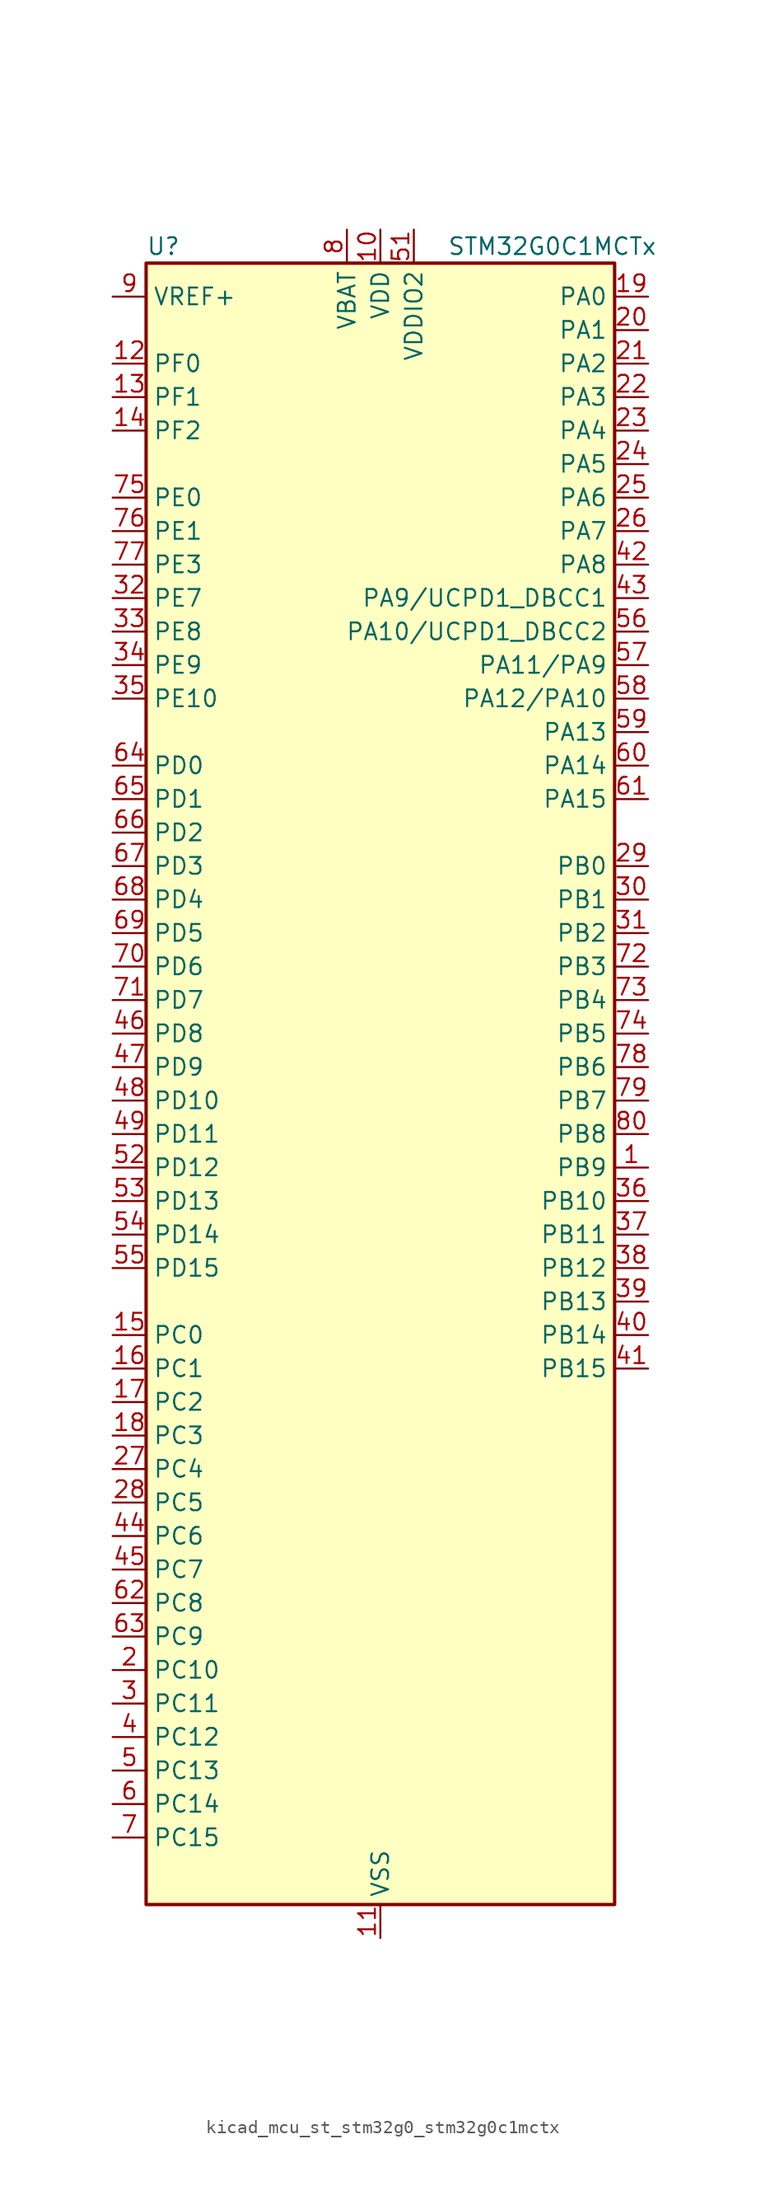
<source format=kicad_sym>
(kicad_symbol_lib
  (version 20220914)
  (generator kicad_symbol_editor)
  (symbol "kicad_mcu_st_stm32g0_stm32g0c1mctx"
    (property "Reference" "U"
      (at -17.78 64.77 0)
      (effects (font (size 1.27 1.27)) (justify left)))
    (property "Value" "STM32G0C1MCTx"
      (at 5.08 64.77 0)
      (effects (font (size 1.27 1.27)) (justify left)))
    (property "ki_locked" ""
      (at 0 0 0)
      (effects (font (size 1.27 1.27))))
    (symbol "kicad_mcu_st_stm32g0_stm32g0c1mctx_0_1"
      (rectangle (start -17.78 -60.96) (end 17.78 63.5) (stroke (width 0.254) (type default)) (fill (type background))))
    (symbol "kicad_mcu_st_stm32g0_stm32g0c1mctx_1_1"
      (pin bidirectional line (at 20.32 -5.08 180) (length 2.54) (name "PB9" (effects (font (size 1.27 1.27)))) (number "1" (effects (font (size 1.27 1.27)))) (alternate "DAC1_EXTI9" bidirectional line) (alternate "FDCAN1_TX" bidirectional line) (alternate "I2C1_SDA" bidirectional line) (alternate "I2S2_WS" bidirectional line) (alternate "IR_OUT" bidirectional line) (alternate "SPI2_NSS" bidirectional line) (alternate "TIM17_CH1" bidirectional line) (alternate "TIM4_CH4" bidirectional line) (alternate "UCPD2_FRSTX1" bidirectional line) (alternate "UCPD2_FRSTX2" bidirectional line) (alternate "USART3_RX" bidirectional line) (alternate "USART6_RX" bidirectional line))
      (pin power_in line (at 0 66.04 270) (length 2.54) (name "VDD" (effects (font (size 1.27 1.27)))) (number "10" (effects (font (size 1.27 1.27)))))
      (pin power_in line (at 0 -63.5 90) (length 2.54) (name "VSS" (effects (font (size 1.27 1.27)))) (number "11" (effects (font (size 1.27 1.27)))))
      (pin bidirectional line (at -20.32 55.88 0) (length 2.54) (name "PF0" (effects (font (size 1.27 1.27)))) (number "12" (effects (font (size 1.27 1.27)))) (alternate "CRS1_SYNC" bidirectional line) (alternate "RCC_OSC_IN" bidirectional line) (alternate "TIM14_CH1" bidirectional line))
      (pin bidirectional line (at -20.32 53.34 0) (length 2.54) (name "PF1" (effects (font (size 1.27 1.27)))) (number "13" (effects (font (size 1.27 1.27)))) (alternate "RCC_OSC_EN" bidirectional line) (alternate "RCC_OSC_OUT" bidirectional line) (alternate "TIM15_CH1N" bidirectional line))
      (pin bidirectional line (at -20.32 50.8 0) (length 2.54) (name "PF2" (effects (font (size 1.27 1.27)))) (number "14" (effects (font (size 1.27 1.27)))) (alternate "LPUART2_DE" bidirectional line) (alternate "LPUART2_RTS" bidirectional line) (alternate "LPUART2_TX" bidirectional line) (alternate "RCC_MCO" bidirectional line))
      (pin bidirectional line (at -20.32 -17.78 0) (length 2.54) (name "PC0" (effects (font (size 1.27 1.27)))) (number "15" (effects (font (size 1.27 1.27)))) (alternate "COMP3_INM" bidirectional line) (alternate "COMP3_OUT" bidirectional line) (alternate "I2C3_SCL" bidirectional line) (alternate "LPTIM1_IN1" bidirectional line) (alternate "LPTIM2_IN1" bidirectional line) (alternate "LPUART1_RX" bidirectional line) (alternate "LPUART2_TX" bidirectional line) (alternate "USART6_TX" bidirectional line))
      (pin bidirectional line (at -20.32 -20.32 0) (length 2.54) (name "PC1" (effects (font (size 1.27 1.27)))) (number "16" (effects (font (size 1.27 1.27)))) (alternate "COMP3_INP" bidirectional line) (alternate "I2C3_SDA" bidirectional line) (alternate "LPTIM1_OUT" bidirectional line) (alternate "LPUART1_TX" bidirectional line) (alternate "LPUART2_RX" bidirectional line) (alternate "TIM15_CH1" bidirectional line) (alternate "USART6_RX" bidirectional line))
      (pin bidirectional line (at -20.32 -22.86 0) (length 2.54) (name "PC2" (effects (font (size 1.27 1.27)))) (number "17" (effects (font (size 1.27 1.27)))) (alternate "COMP3_OUT" bidirectional line) (alternate "FDCAN2_RX" bidirectional line) (alternate "I2S2_MCK" bidirectional line) (alternate "LPTIM1_IN2" bidirectional line) (alternate "SPI2_MISO" bidirectional line) (alternate "TIM15_CH2" bidirectional line))
      (pin bidirectional line (at -20.32 -25.4 0) (length 2.54) (name "PC3" (effects (font (size 1.27 1.27)))) (number "18" (effects (font (size 1.27 1.27)))) (alternate "FDCAN2_TX" bidirectional line) (alternate "I2S2_SD" bidirectional line) (alternate "LPTIM1_ETR" bidirectional line) (alternate "LPTIM2_ETR" bidirectional line) (alternate "SPI2_MOSI" bidirectional line))
      (pin bidirectional line (at 20.32 60.96 180) (length 2.54) (name "PA0" (effects (font (size 1.27 1.27)))) (number "19" (effects (font (size 1.27 1.27)))) (alternate "ADC1_IN0" bidirectional line) (alternate "COMP1_INM" bidirectional line) (alternate "COMP1_OUT" bidirectional line) (alternate "I2S2_CK" bidirectional line) (alternate "LPTIM1_OUT" bidirectional line) (alternate "RTC_TAMP_IN2" bidirectional line) (alternate "SPI2_SCK" bidirectional line) (alternate "SYS_WKUP1" bidirectional line) (alternate "TIM2_CH1" bidirectional line) (alternate "TIM2_ETR" bidirectional line) (alternate "UCPD2_FRSTX1" bidirectional line) (alternate "UCPD2_FRSTX2" bidirectional line) (alternate "USART2_CTS" bidirectional line) (alternate "USART2_NSS" bidirectional line) (alternate "USART4_TX" bidirectional line))
      (pin bidirectional line (at -20.32 -43.18 0) (length 2.54) (name "PC10" (effects (font (size 1.27 1.27)))) (number "2" (effects (font (size 1.27 1.27)))) (alternate "SPI3_SCK" bidirectional line) (alternate "TIM1_CH3" bidirectional line) (alternate "USART3_TX" bidirectional line) (alternate "USART4_TX" bidirectional line))
      (pin bidirectional line (at 20.32 58.42 180) (length 2.54) (name "PA1" (effects (font (size 1.27 1.27)))) (number "20" (effects (font (size 1.27 1.27)))) (alternate "ADC1_IN1" bidirectional line) (alternate "COMP1_INP" bidirectional line) (alternate "I2C1_SMBA" bidirectional line) (alternate "I2S1_CK" bidirectional line) (alternate "SPI1_SCK" bidirectional line) (alternate "TIM15_CH1N" bidirectional line) (alternate "TIM2_CH2" bidirectional line) (alternate "USART2_CK" bidirectional line) (alternate "USART2_DE" bidirectional line) (alternate "USART2_RTS" bidirectional line) (alternate "USART4_RX" bidirectional line))
      (pin bidirectional line (at 20.32 55.88 180) (length 2.54) (name "PA2" (effects (font (size 1.27 1.27)))) (number "21" (effects (font (size 1.27 1.27)))) (alternate "ADC1_IN2" bidirectional line) (alternate "COMP2_INM" bidirectional line) (alternate "COMP2_OUT" bidirectional line) (alternate "I2S1_SD" bidirectional line) (alternate "LPUART1_TX" bidirectional line) (alternate "RCC_LSCO" bidirectional line) (alternate "SPI1_MOSI" bidirectional line) (alternate "SYS_WKUP4" bidirectional line) (alternate "TIM15_CH1" bidirectional line) (alternate "TIM2_CH3" bidirectional line) (alternate "UCPD1_FRSTX1" bidirectional line) (alternate "UCPD1_FRSTX2" bidirectional line) (alternate "USART2_TX" bidirectional line))
      (pin bidirectional line (at 20.32 53.34 180) (length 2.54) (name "PA3" (effects (font (size 1.27 1.27)))) (number "22" (effects (font (size 1.27 1.27)))) (alternate "ADC1_IN3" bidirectional line) (alternate "COMP2_INP" bidirectional line) (alternate "I2S2_MCK" bidirectional line) (alternate "LPUART1_RX" bidirectional line) (alternate "SPI2_MISO" bidirectional line) (alternate "TIM15_CH2" bidirectional line) (alternate "TIM2_CH4" bidirectional line) (alternate "UCPD2_FRSTX1" bidirectional line) (alternate "UCPD2_FRSTX2" bidirectional line) (alternate "USART2_RX" bidirectional line))
      (pin bidirectional line (at 20.32 50.8 180) (length 2.54) (name "PA4" (effects (font (size 1.27 1.27)))) (number "23" (effects (font (size 1.27 1.27)))) (alternate "ADC1_IN4" bidirectional line) (alternate "DAC1_OUT1" bidirectional line) (alternate "I2S1_WS" bidirectional line) (alternate "I2S2_SD" bidirectional line) (alternate "LPTIM2_OUT" bidirectional line) (alternate "RTC_OUT2" bidirectional line) (alternate "SPI1_NSS" bidirectional line) (alternate "SPI2_MOSI" bidirectional line) (alternate "SPI3_NSS" bidirectional line) (alternate "TIM14_CH1" bidirectional line) (alternate "UCPD2_FRSTX1" bidirectional line) (alternate "UCPD2_FRSTX2" bidirectional line) (alternate "USART6_TX" bidirectional line) (alternate "USB_NOE" bidirectional line))
      (pin bidirectional line (at 20.32 48.26 180) (length 2.54) (name "PA5" (effects (font (size 1.27 1.27)))) (number "24" (effects (font (size 1.27 1.27)))) (alternate "ADC1_IN5" bidirectional line) (alternate "CEC" bidirectional line) (alternate "DAC1_OUT2" bidirectional line) (alternate "I2S1_CK" bidirectional line) (alternate "LPTIM2_ETR" bidirectional line) (alternate "SPI1_SCK" bidirectional line) (alternate "TIM2_CH1" bidirectional line) (alternate "TIM2_ETR" bidirectional line) (alternate "UCPD1_FRSTX1" bidirectional line) (alternate "UCPD1_FRSTX2" bidirectional line) (alternate "USART3_TX" bidirectional line) (alternate "USART6_RX" bidirectional line))
      (pin bidirectional line (at 20.32 45.72 180) (length 2.54) (name "PA6" (effects (font (size 1.27 1.27)))) (number "25" (effects (font (size 1.27 1.27)))) (alternate "ADC1_IN6" bidirectional line) (alternate "COMP1_OUT" bidirectional line) (alternate "I2C2_SDA" bidirectional line) (alternate "I2C3_SDA" bidirectional line) (alternate "I2S1_MCK" bidirectional line) (alternate "LPUART1_CTS" bidirectional line) (alternate "SPI1_MISO" bidirectional line) (alternate "TIM16_CH1" bidirectional line) (alternate "TIM1_BK" bidirectional line) (alternate "TIM3_CH1" bidirectional line) (alternate "USART3_CTS" bidirectional line) (alternate "USART3_NSS" bidirectional line) (alternate "USART6_CTS" bidirectional line) (alternate "USART6_NSS" bidirectional line))
      (pin bidirectional line (at 20.32 43.18 180) (length 2.54) (name "PA7" (effects (font (size 1.27 1.27)))) (number "26" (effects (font (size 1.27 1.27)))) (alternate "ADC1_IN7" bidirectional line) (alternate "COMP2_OUT" bidirectional line) (alternate "I2C2_SCL" bidirectional line) (alternate "I2C3_SCL" bidirectional line) (alternate "I2S1_SD" bidirectional line) (alternate "SPI1_MOSI" bidirectional line) (alternate "TIM14_CH1" bidirectional line) (alternate "TIM17_CH1" bidirectional line) (alternate "TIM1_CH1N" bidirectional line) (alternate "TIM3_CH2" bidirectional line) (alternate "UCPD1_FRSTX1" bidirectional line) (alternate "UCPD1_FRSTX2" bidirectional line) (alternate "USART6_CK" bidirectional line) (alternate "USART6_DE" bidirectional line) (alternate "USART6_RTS" bidirectional line))
      (pin bidirectional line (at -20.32 -27.94 0) (length 2.54) (name "PC4" (effects (font (size 1.27 1.27)))) (number "27" (effects (font (size 1.27 1.27)))) (alternate "ADC1_IN17" bidirectional line) (alternate "COMP1_INM" bidirectional line) (alternate "FDCAN1_RX" bidirectional line) (alternate "TIM2_CH1" bidirectional line) (alternate "TIM2_ETR" bidirectional line) (alternate "USART1_TX" bidirectional line) (alternate "USART3_TX" bidirectional line))
      (pin bidirectional line (at -20.32 -30.48 0) (length 2.54) (name "PC5" (effects (font (size 1.27 1.27)))) (number "28" (effects (font (size 1.27 1.27)))) (alternate "ADC1_IN18" bidirectional line) (alternate "COMP1_INP" bidirectional line) (alternate "FDCAN1_TX" bidirectional line) (alternate "SYS_WKUP5" bidirectional line) (alternate "TIM2_CH2" bidirectional line) (alternate "USART1_RX" bidirectional line) (alternate "USART3_RX" bidirectional line))
      (pin bidirectional line (at 20.32 17.78 180) (length 2.54) (name "PB0" (effects (font (size 1.27 1.27)))) (number "29" (effects (font (size 1.27 1.27)))) (alternate "ADC1_IN8" bidirectional line) (alternate "COMP1_OUT" bidirectional line) (alternate "COMP3_INP" bidirectional line) (alternate "FDCAN2_RX" bidirectional line) (alternate "I2S1_WS" bidirectional line) (alternate "LPTIM1_OUT" bidirectional line) (alternate "LPUART2_CTS" bidirectional line) (alternate "SPI1_NSS" bidirectional line) (alternate "TIM1_CH2N" bidirectional line) (alternate "TIM3_CH3" bidirectional line) (alternate "UCPD1_FRSTX1" bidirectional line) (alternate "UCPD1_FRSTX2" bidirectional line) (alternate "USART3_RX" bidirectional line) (alternate "USART5_TX" bidirectional line))
      (pin bidirectional line (at -20.32 -45.72 0) (length 2.54) (name "PC11" (effects (font (size 1.27 1.27)))) (number "3" (effects (font (size 1.27 1.27)))) (alternate "ADC1_EXTI11" bidirectional line) (alternate "SPI3_MISO" bidirectional line) (alternate "TIM1_CH4" bidirectional line) (alternate "USART3_RX" bidirectional line) (alternate "USART4_RX" bidirectional line))
      (pin bidirectional line (at 20.32 15.24 180) (length 2.54) (name "PB1" (effects (font (size 1.27 1.27)))) (number "30" (effects (font (size 1.27 1.27)))) (alternate "ADC1_IN9" bidirectional line) (alternate "COMP1_INM" bidirectional line) (alternate "COMP3_OUT" bidirectional line) (alternate "FDCAN2_TX" bidirectional line) (alternate "LPTIM2_IN1" bidirectional line) (alternate "LPUART1_DE" bidirectional line) (alternate "LPUART1_RTS" bidirectional line) (alternate "LPUART2_DE" bidirectional line) (alternate "LPUART2_RTS" bidirectional line) (alternate "TIM14_CH1" bidirectional line) (alternate "TIM1_CH3N" bidirectional line) (alternate "TIM3_CH4" bidirectional line) (alternate "USART3_CK" bidirectional line) (alternate "USART3_DE" bidirectional line) (alternate "USART3_RTS" bidirectional line) (alternate "USART5_RX" bidirectional line))
      (pin bidirectional line (at 20.32 12.7 180) (length 2.54) (name "PB2" (effects (font (size 1.27 1.27)))) (number "31" (effects (font (size 1.27 1.27)))) (alternate "ADC1_IN10" bidirectional line) (alternate "COMP1_INP" bidirectional line) (alternate "COMP3_INM" bidirectional line) (alternate "I2S2_MCK" bidirectional line) (alternate "LPTIM1_OUT" bidirectional line) (alternate "RCC_MCO_2" bidirectional line) (alternate "SPI2_MISO" bidirectional line) (alternate "USART3_TX" bidirectional line))
      (pin bidirectional line (at -20.32 38.1 0) (length 2.54) (name "PE7" (effects (font (size 1.27 1.27)))) (number "32" (effects (font (size 1.27 1.27)))) (alternate "COMP3_INP" bidirectional line) (alternate "TIM1_ETR" bidirectional line) (alternate "USART5_CK" bidirectional line) (alternate "USART5_DE" bidirectional line) (alternate "USART5_RTS" bidirectional line))
      (pin bidirectional line (at -20.32 35.56 0) (length 2.54) (name "PE8" (effects (font (size 1.27 1.27)))) (number "33" (effects (font (size 1.27 1.27)))) (alternate "COMP3_INM" bidirectional line) (alternate "TIM1_CH1N" bidirectional line) (alternate "USART4_TX" bidirectional line))
      (pin bidirectional line (at -20.32 33.02 0) (length 2.54) (name "PE9" (effects (font (size 1.27 1.27)))) (number "34" (effects (font (size 1.27 1.27)))) (alternate "DAC1_EXTI9" bidirectional line) (alternate "TIM1_CH1" bidirectional line) (alternate "USART4_RX" bidirectional line))
      (pin bidirectional line (at -20.32 30.48 0) (length 2.54) (name "PE10" (effects (font (size 1.27 1.27)))) (number "35" (effects (font (size 1.27 1.27)))) (alternate "TIM1_CH2N" bidirectional line) (alternate "USART5_TX" bidirectional line))
      (pin bidirectional line (at 20.32 -7.62 180) (length 2.54) (name "PB10" (effects (font (size 1.27 1.27)))) (number "36" (effects (font (size 1.27 1.27)))) (alternate "ADC1_IN11" bidirectional line) (alternate "CEC" bidirectional line) (alternate "COMP1_OUT" bidirectional line) (alternate "I2C2_SCL" bidirectional line) (alternate "I2S2_CK" bidirectional line) (alternate "LPUART1_RX" bidirectional line) (alternate "SPI2_SCK" bidirectional line) (alternate "TIM2_CH3" bidirectional line) (alternate "USART3_TX" bidirectional line))
      (pin bidirectional line (at 20.32 -10.16 180) (length 2.54) (name "PB11" (effects (font (size 1.27 1.27)))) (number "37" (effects (font (size 1.27 1.27)))) (alternate "ADC1_EXTI11" bidirectional line) (alternate "ADC1_IN15" bidirectional line) (alternate "COMP2_OUT" bidirectional line) (alternate "I2C2_SDA" bidirectional line) (alternate "I2S2_SD" bidirectional line) (alternate "LPUART1_TX" bidirectional line) (alternate "SPI2_MOSI" bidirectional line) (alternate "TIM2_CH4" bidirectional line) (alternate "USART3_RX" bidirectional line))
      (pin bidirectional line (at 20.32 -12.7 180) (length 2.54) (name "PB12" (effects (font (size 1.27 1.27)))) (number "38" (effects (font (size 1.27 1.27)))) (alternate "ADC1_IN16" bidirectional line) (alternate "FDCAN2_RX" bidirectional line) (alternate "I2C2_SMBA" bidirectional line) (alternate "I2S2_WS" bidirectional line) (alternate "LPUART1_DE" bidirectional line) (alternate "LPUART1_RTS" bidirectional line) (alternate "SPI2_NSS" bidirectional line) (alternate "TIM15_BK" bidirectional line) (alternate "TIM1_BK" bidirectional line) (alternate "UCPD2_FRSTX1" bidirectional line) (alternate "UCPD2_FRSTX2" bidirectional line))
      (pin bidirectional line (at 20.32 -15.24 180) (length 2.54) (name "PB13" (effects (font (size 1.27 1.27)))) (number "39" (effects (font (size 1.27 1.27)))) (alternate "FDCAN2_TX" bidirectional line) (alternate "I2C2_SCL" bidirectional line) (alternate "I2S2_CK" bidirectional line) (alternate "LPUART1_CTS" bidirectional line) (alternate "SPI2_SCK" bidirectional line) (alternate "TIM15_CH1N" bidirectional line) (alternate "TIM1_CH1N" bidirectional line) (alternate "USART3_CTS" bidirectional line) (alternate "USART3_NSS" bidirectional line))
      (pin bidirectional line (at -20.32 -48.26 0) (length 2.54) (name "PC12" (effects (font (size 1.27 1.27)))) (number "4" (effects (font (size 1.27 1.27)))) (alternate "LPTIM1_IN1" bidirectional line) (alternate "SPI3_MOSI" bidirectional line) (alternate "TIM14_CH1" bidirectional line) (alternate "UCPD1_FRSTX1" bidirectional line) (alternate "UCPD1_FRSTX2" bidirectional line) (alternate "USART5_TX" bidirectional line))
      (pin bidirectional line (at 20.32 -17.78 180) (length 2.54) (name "PB14" (effects (font (size 1.27 1.27)))) (number "40" (effects (font (size 1.27 1.27)))) (alternate "I2C2_SDA" bidirectional line) (alternate "I2S2_MCK" bidirectional line) (alternate "SPI2_MISO" bidirectional line) (alternate "TIM15_CH1" bidirectional line) (alternate "TIM1_CH2N" bidirectional line) (alternate "UCPD1_FRSTX1" bidirectional line) (alternate "UCPD1_FRSTX2" bidirectional line) (alternate "USART3_CK" bidirectional line) (alternate "USART3_DE" bidirectional line) (alternate "USART3_RTS" bidirectional line) (alternate "USART6_CK" bidirectional line) (alternate "USART6_DE" bidirectional line) (alternate "USART6_RTS" bidirectional line))
      (pin bidirectional line (at 20.32 -20.32 180) (length 2.54) (name "PB15" (effects (font (size 1.27 1.27)))) (number "41" (effects (font (size 1.27 1.27)))) (alternate "I2S2_SD" bidirectional line) (alternate "RTC_REFIN" bidirectional line) (alternate "SPI2_MOSI" bidirectional line) (alternate "TIM15_CH1N" bidirectional line) (alternate "TIM15_CH2" bidirectional line) (alternate "TIM1_CH3N" bidirectional line) (alternate "UCPD1_CC2" bidirectional line) (alternate "USART6_CTS" bidirectional line) (alternate "USART6_NSS" bidirectional line))
      (pin bidirectional line (at 20.32 40.64 180) (length 2.54) (name "PA8" (effects (font (size 1.27 1.27)))) (number "42" (effects (font (size 1.27 1.27)))) (alternate "CRS1_SYNC" bidirectional line) (alternate "I2C2_SMBA" bidirectional line) (alternate "I2S2_WS" bidirectional line) (alternate "LPTIM2_OUT" bidirectional line) (alternate "RCC_MCO" bidirectional line) (alternate "SPI2_NSS" bidirectional line) (alternate "TIM1_CH1" bidirectional line) (alternate "UCPD1_CC1" bidirectional line))
      (pin bidirectional line (at 20.32 38.1 180) (length 2.54) (name "PA9/UCPD1_DBCC1" (effects (font (size 1.27 1.27)))) (number "43" (effects (font (size 1.27 1.27)))) (alternate "DAC1_EXTI9" bidirectional line) (alternate "I2C1_SCL" bidirectional line) (alternate "I2C2_SCL" bidirectional line) (alternate "I2S2_MCK" bidirectional line) (alternate "RCC_MCO" bidirectional line) (alternate "SPI2_MISO" bidirectional line) (alternate "TIM15_BK" bidirectional line) (alternate "TIM1_CH2" bidirectional line) (alternate "UCPD1_DBCC1" bidirectional line) (alternate "USART1_TX" bidirectional line))
      (pin bidirectional line (at -20.32 -33.02 0) (length 2.54) (name "PC6" (effects (font (size 1.27 1.27)))) (number "44" (effects (font (size 1.27 1.27)))) (alternate "LPUART2_TX" bidirectional line) (alternate "TIM2_CH3" bidirectional line) (alternate "TIM3_CH1" bidirectional line) (alternate "UCPD1_FRSTX1" bidirectional line) (alternate "UCPD1_FRSTX2" bidirectional line))
      (pin bidirectional line (at -20.32 -35.56 0) (length 2.54) (name "PC7" (effects (font (size 1.27 1.27)))) (number "45" (effects (font (size 1.27 1.27)))) (alternate "LPUART2_RX" bidirectional line) (alternate "TIM2_CH4" bidirectional line) (alternate "TIM3_CH2" bidirectional line) (alternate "UCPD2_FRSTX1" bidirectional line) (alternate "UCPD2_FRSTX2" bidirectional line))
      (pin bidirectional line (at -20.32 5.08 0) (length 2.54) (name "PD8" (effects (font (size 1.27 1.27)))) (number "46" (effects (font (size 1.27 1.27)))) (alternate "I2S1_CK" bidirectional line) (alternate "LPTIM1_OUT" bidirectional line) (alternate "SPI1_SCK" bidirectional line) (alternate "USART3_TX" bidirectional line))
      (pin bidirectional line (at -20.32 2.54 0) (length 2.54) (name "PD9" (effects (font (size 1.27 1.27)))) (number "47" (effects (font (size 1.27 1.27)))) (alternate "DAC1_EXTI9" bidirectional line) (alternate "I2S1_WS" bidirectional line) (alternate "SPI1_NSS" bidirectional line) (alternate "TIM1_BK2" bidirectional line) (alternate "USART3_RX" bidirectional line))
      (pin bidirectional line (at -20.32 0 0) (length 2.54) (name "PD10" (effects (font (size 1.27 1.27)))) (number "48" (effects (font (size 1.27 1.27)))) (alternate "RCC_MCO" bidirectional line))
      (pin bidirectional line (at -20.32 -2.54 0) (length 2.54) (name "PD11" (effects (font (size 1.27 1.27)))) (number "49" (effects (font (size 1.27 1.27)))) (alternate "ADC1_EXTI11" bidirectional line) (alternate "LPTIM2_ETR" bidirectional line) (alternate "USART3_CTS" bidirectional line) (alternate "USART3_NSS" bidirectional line))
      (pin bidirectional line (at -20.32 -50.8 0) (length 2.54) (name "PC13" (effects (font (size 1.27 1.27)))) (number "5" (effects (font (size 1.27 1.27)))) (alternate "RTC_OUT1" bidirectional line) (alternate "RTC_TAMP_IN1" bidirectional line) (alternate "RTC_TS" bidirectional line) (alternate "SYS_WKUP2" bidirectional line) (alternate "TIM1_BK" bidirectional line))
      (pin passive line (at 0 -63.5 90) (length 2.54) hide (name "VSS" (effects (font (size 1.27 1.27)))) (number "50" (effects (font (size 1.27 1.27)))))
      (pin power_in line (at 2.54 66.04 270) (length 2.54) (name "VDDIO2" (effects (font (size 1.27 1.27)))) (number "51" (effects (font (size 1.27 1.27)))))
      (pin bidirectional line (at -20.32 -5.08 0) (length 2.54) (name "PD12" (effects (font (size 1.27 1.27)))) (number "52" (effects (font (size 1.27 1.27)))) (alternate "FDCAN1_RX" bidirectional line) (alternate "LPTIM2_IN1" bidirectional line) (alternate "TIM4_CH1" bidirectional line) (alternate "USART3_CK" bidirectional line) (alternate "USART3_DE" bidirectional line) (alternate "USART3_RTS" bidirectional line))
      (pin bidirectional line (at -20.32 -7.62 0) (length 2.54) (name "PD13" (effects (font (size 1.27 1.27)))) (number "53" (effects (font (size 1.27 1.27)))) (alternate "FDCAN1_TX" bidirectional line) (alternate "LPTIM2_OUT" bidirectional line) (alternate "TIM4_CH2" bidirectional line))
      (pin bidirectional line (at -20.32 -10.16 0) (length 2.54) (name "PD14" (effects (font (size 1.27 1.27)))) (number "54" (effects (font (size 1.27 1.27)))) (alternate "FDCAN2_RX" bidirectional line) (alternate "LPUART2_CTS" bidirectional line) (alternate "TIM4_CH3" bidirectional line))
      (pin bidirectional line (at -20.32 -12.7 0) (length 2.54) (name "PD15" (effects (font (size 1.27 1.27)))) (number "55" (effects (font (size 1.27 1.27)))) (alternate "CRS1_SYNC" bidirectional line) (alternate "FDCAN2_TX" bidirectional line) (alternate "LPUART2_DE" bidirectional line) (alternate "LPUART2_RTS" bidirectional line) (alternate "TIM4_CH4" bidirectional line))
      (pin bidirectional line (at 20.32 35.56 180) (length 2.54) (name "PA10/UCPD1_DBCC2" (effects (font (size 1.27 1.27)))) (number "56" (effects (font (size 1.27 1.27)))) (alternate "I2C1_SDA" bidirectional line) (alternate "I2C2_SDA" bidirectional line) (alternate "I2S2_SD" bidirectional line) (alternate "RCC_MCO_2" bidirectional line) (alternate "SPI2_MOSI" bidirectional line) (alternate "TIM17_BK" bidirectional line) (alternate "TIM1_CH3" bidirectional line) (alternate "UCPD1_DBCC2" bidirectional line) (alternate "USART1_RX" bidirectional line))
      (pin bidirectional line (at 20.32 33.02 180) (length 2.54) (name "PA11/PA9" (effects (font (size 1.27 1.27)))) (number "57" (effects (font (size 1.27 1.27)))) (alternate "ADC1_EXTI11" bidirectional line) (alternate "COMP1_OUT" bidirectional line) (alternate "FDCAN1_RX" bidirectional line) (alternate "I2C2_SCL" bidirectional line) (alternate "I2S1_MCK" bidirectional line) (alternate "SPI1_MISO" bidirectional line) (alternate "TIM1_BK2" bidirectional line) (alternate "TIM1_CH4" bidirectional line) (alternate "USART1_CTS" bidirectional line) (alternate "USART1_NSS" bidirectional line) (alternate "USB_DM" bidirectional line))
      (pin bidirectional line (at 20.32 30.48 180) (length 2.54) (name "PA12/PA10" (effects (font (size 1.27 1.27)))) (number "58" (effects (font (size 1.27 1.27)))) (alternate "COMP2_OUT" bidirectional line) (alternate "FDCAN1_TX" bidirectional line) (alternate "I2C2_SDA" bidirectional line) (alternate "I2S1_SD" bidirectional line) (alternate "I2S_CKIN" bidirectional line) (alternate "SPI1_MOSI" bidirectional line) (alternate "TIM1_ETR" bidirectional line) (alternate "USART1_CK" bidirectional line) (alternate "USART1_DE" bidirectional line) (alternate "USART1_RTS" bidirectional line) (alternate "USB_DP" bidirectional line))
      (pin bidirectional line (at 20.32 27.94 180) (length 2.54) (name "PA13" (effects (font (size 1.27 1.27)))) (number "59" (effects (font (size 1.27 1.27)))) (alternate "IR_OUT" bidirectional line) (alternate "LPUART2_RX" bidirectional line) (alternate "SYS_SWDIO" bidirectional line) (alternate "USB_NOE" bidirectional line))
      (pin bidirectional line (at -20.32 -53.34 0) (length 2.54) (name "PC14" (effects (font (size 1.27 1.27)))) (number "6" (effects (font (size 1.27 1.27)))) (alternate "RCC_OSC32_IN" bidirectional line) (alternate "TIM1_BK2" bidirectional line))
      (pin bidirectional line (at 20.32 25.4 180) (length 2.54) (name "PA14" (effects (font (size 1.27 1.27)))) (number "60" (effects (font (size 1.27 1.27)))) (alternate "LPUART2_TX" bidirectional line) (alternate "SYS_SWCLK" bidirectional line) (alternate "USART2_TX" bidirectional line))
      (pin bidirectional line (at 20.32 22.86 180) (length 2.54) (name "PA15" (effects (font (size 1.27 1.27)))) (number "61" (effects (font (size 1.27 1.27)))) (alternate "I2C2_SMBA" bidirectional line) (alternate "I2S1_WS" bidirectional line) (alternate "RCC_MCO_2" bidirectional line) (alternate "SPI1_NSS" bidirectional line) (alternate "SPI3_NSS" bidirectional line) (alternate "TIM2_CH1" bidirectional line) (alternate "TIM2_ETR" bidirectional line) (alternate "USART2_RX" bidirectional line) (alternate "USART3_CK" bidirectional line) (alternate "USART3_DE" bidirectional line) (alternate "USART3_RTS" bidirectional line) (alternate "USART4_CK" bidirectional line) (alternate "USART4_DE" bidirectional line) (alternate "USART4_RTS" bidirectional line) (alternate "USB_NOE" bidirectional line))
      (pin bidirectional line (at -20.32 -38.1 0) (length 2.54) (name "PC8" (effects (font (size 1.27 1.27)))) (number "62" (effects (font (size 1.27 1.27)))) (alternate "LPUART2_CTS" bidirectional line) (alternate "TIM1_CH1" bidirectional line) (alternate "TIM3_CH3" bidirectional line) (alternate "UCPD2_FRSTX1" bidirectional line) (alternate "UCPD2_FRSTX2" bidirectional line))
      (pin bidirectional line (at -20.32 -40.64 0) (length 2.54) (name "PC9" (effects (font (size 1.27 1.27)))) (number "63" (effects (font (size 1.27 1.27)))) (alternate "DAC1_EXTI9" bidirectional line) (alternate "I2S_CKIN" bidirectional line) (alternate "LPUART2_DE" bidirectional line) (alternate "LPUART2_RTS" bidirectional line) (alternate "TIM1_CH2" bidirectional line) (alternate "TIM3_CH4" bidirectional line) (alternate "USB_NOE" bidirectional line))
      (pin bidirectional line (at -20.32 25.4 0) (length 2.54) (name "PD0" (effects (font (size 1.27 1.27)))) (number "64" (effects (font (size 1.27 1.27)))) (alternate "FDCAN1_RX" bidirectional line) (alternate "I2S2_WS" bidirectional line) (alternate "SPI2_NSS" bidirectional line) (alternate "TIM16_CH1" bidirectional line) (alternate "UCPD2_CC1" bidirectional line))
      (pin bidirectional line (at -20.32 22.86 0) (length 2.54) (name "PD1" (effects (font (size 1.27 1.27)))) (number "65" (effects (font (size 1.27 1.27)))) (alternate "FDCAN1_TX" bidirectional line) (alternate "I2S2_CK" bidirectional line) (alternate "SPI2_SCK" bidirectional line) (alternate "TIM17_CH1" bidirectional line) (alternate "UCPD2_DBCC1" bidirectional line))
      (pin bidirectional line (at -20.32 20.32 0) (length 2.54) (name "PD2" (effects (font (size 1.27 1.27)))) (number "66" (effects (font (size 1.27 1.27)))) (alternate "TIM1_CH1N" bidirectional line) (alternate "TIM3_ETR" bidirectional line) (alternate "UCPD2_CC2" bidirectional line) (alternate "USART3_CK" bidirectional line) (alternate "USART3_DE" bidirectional line) (alternate "USART3_RTS" bidirectional line) (alternate "USART5_RX" bidirectional line))
      (pin bidirectional line (at -20.32 17.78 0) (length 2.54) (name "PD3" (effects (font (size 1.27 1.27)))) (number "67" (effects (font (size 1.27 1.27)))) (alternate "I2S2_MCK" bidirectional line) (alternate "SPI2_MISO" bidirectional line) (alternate "TIM1_CH2N" bidirectional line) (alternate "UCPD2_DBCC2" bidirectional line) (alternate "USART2_CTS" bidirectional line) (alternate "USART2_NSS" bidirectional line) (alternate "USART5_TX" bidirectional line))
      (pin bidirectional line (at -20.32 15.24 0) (length 2.54) (name "PD4" (effects (font (size 1.27 1.27)))) (number "68" (effects (font (size 1.27 1.27)))) (alternate "I2S2_SD" bidirectional line) (alternate "SPI2_MOSI" bidirectional line) (alternate "TIM1_CH3N" bidirectional line) (alternate "USART2_CK" bidirectional line) (alternate "USART2_DE" bidirectional line) (alternate "USART2_RTS" bidirectional line) (alternate "USART5_CK" bidirectional line) (alternate "USART5_DE" bidirectional line) (alternate "USART5_RTS" bidirectional line))
      (pin bidirectional line (at -20.32 12.7 0) (length 2.54) (name "PD5" (effects (font (size 1.27 1.27)))) (number "69" (effects (font (size 1.27 1.27)))) (alternate "I2S1_MCK" bidirectional line) (alternate "SPI1_MISO" bidirectional line) (alternate "TIM1_BK" bidirectional line) (alternate "USART2_TX" bidirectional line) (alternate "USART5_CTS" bidirectional line) (alternate "USART5_NSS" bidirectional line))
      (pin bidirectional line (at -20.32 -55.88 0) (length 2.54) (name "PC15" (effects (font (size 1.27 1.27)))) (number "7" (effects (font (size 1.27 1.27)))) (alternate "RCC_OSC32_EN" bidirectional line) (alternate "RCC_OSC32_OUT" bidirectional line) (alternate "RCC_OSC_EN" bidirectional line) (alternate "TIM15_BK" bidirectional line))
      (pin bidirectional line (at -20.32 10.16 0) (length 2.54) (name "PD6" (effects (font (size 1.27 1.27)))) (number "70" (effects (font (size 1.27 1.27)))) (alternate "I2S1_SD" bidirectional line) (alternate "LPTIM2_OUT" bidirectional line) (alternate "SPI1_MOSI" bidirectional line) (alternate "USART2_RX" bidirectional line))
      (pin bidirectional line (at -20.32 7.62 0) (length 2.54) (name "PD7" (effects (font (size 1.27 1.27)))) (number "71" (effects (font (size 1.27 1.27)))) (alternate "RCC_MCO_2" bidirectional line))
      (pin bidirectional line (at 20.32 10.16 180) (length 2.54) (name "PB3" (effects (font (size 1.27 1.27)))) (number "72" (effects (font (size 1.27 1.27)))) (alternate "COMP2_INM" bidirectional line) (alternate "I2C2_SCL" bidirectional line) (alternate "I2C3_SCL" bidirectional line) (alternate "I2S1_CK" bidirectional line) (alternate "SPI1_SCK" bidirectional line) (alternate "SPI3_SCK" bidirectional line) (alternate "TIM1_CH2" bidirectional line) (alternate "TIM2_CH2" bidirectional line) (alternate "USART1_CK" bidirectional line) (alternate "USART1_DE" bidirectional line) (alternate "USART1_RTS" bidirectional line) (alternate "USART5_TX" bidirectional line))
      (pin bidirectional line (at 20.32 7.62 180) (length 2.54) (name "PB4" (effects (font (size 1.27 1.27)))) (number "73" (effects (font (size 1.27 1.27)))) (alternate "COMP2_INP" bidirectional line) (alternate "I2C2_SDA" bidirectional line) (alternate "I2C3_SDA" bidirectional line) (alternate "I2S1_MCK" bidirectional line) (alternate "SPI1_MISO" bidirectional line) (alternate "SPI3_MISO" bidirectional line) (alternate "TIM17_BK" bidirectional line) (alternate "TIM3_CH1" bidirectional line) (alternate "USART1_CTS" bidirectional line) (alternate "USART1_NSS" bidirectional line) (alternate "USART5_RX" bidirectional line))
      (pin bidirectional line (at 20.32 5.08 180) (length 2.54) (name "PB5" (effects (font (size 1.27 1.27)))) (number "74" (effects (font (size 1.27 1.27)))) (alternate "COMP2_OUT" bidirectional line) (alternate "FDCAN2_RX" bidirectional line) (alternate "I2C1_SMBA" bidirectional line) (alternate "I2S1_SD" bidirectional line) (alternate "LPTIM1_IN1" bidirectional line) (alternate "SPI1_MOSI" bidirectional line) (alternate "SPI3_MOSI" bidirectional line) (alternate "SYS_WKUP6" bidirectional line) (alternate "TIM16_BK" bidirectional line) (alternate "TIM3_CH2" bidirectional line) (alternate "USART5_CK" bidirectional line) (alternate "USART5_DE" bidirectional line) (alternate "USART5_RTS" bidirectional line))
      (pin bidirectional line (at -20.32 45.72 0) (length 2.54) (name "PE0" (effects (font (size 1.27 1.27)))) (number "75" (effects (font (size 1.27 1.27)))) (alternate "TIM16_CH1" bidirectional line) (alternate "TIM4_ETR" bidirectional line))
      (pin bidirectional line (at -20.32 43.18 0) (length 2.54) (name "PE1" (effects (font (size 1.27 1.27)))) (number "76" (effects (font (size 1.27 1.27)))) (alternate "TIM17_CH1" bidirectional line))
      (pin bidirectional line (at -20.32 40.64 0) (length 2.54) (name "PE3" (effects (font (size 1.27 1.27)))) (number "77" (effects (font (size 1.27 1.27)))) (alternate "TIM3_CH1" bidirectional line))
      (pin bidirectional line (at 20.32 2.54 180) (length 2.54) (name "PB6" (effects (font (size 1.27 1.27)))) (number "78" (effects (font (size 1.27 1.27)))) (alternate "COMP2_INP" bidirectional line) (alternate "FDCAN2_TX" bidirectional line) (alternate "I2C1_SCL" bidirectional line) (alternate "I2S2_MCK" bidirectional line) (alternate "LPTIM1_ETR" bidirectional line) (alternate "LPUART2_TX" bidirectional line) (alternate "SPI2_MISO" bidirectional line) (alternate "TIM16_CH1N" bidirectional line) (alternate "TIM1_CH3" bidirectional line) (alternate "TIM4_CH1" bidirectional line) (alternate "USART1_TX" bidirectional line) (alternate "USART5_CTS" bidirectional line) (alternate "USART5_NSS" bidirectional line))
      (pin bidirectional line (at 20.32 0 180) (length 2.54) (name "PB7" (effects (font (size 1.27 1.27)))) (number "79" (effects (font (size 1.27 1.27)))) (alternate "COMP2_INM" bidirectional line) (alternate "I2C1_SDA" bidirectional line) (alternate "I2S2_SD" bidirectional line) (alternate "LPTIM1_IN2" bidirectional line) (alternate "LPUART2_RX" bidirectional line) (alternate "SPI2_MOSI" bidirectional line) (alternate "SYS_PVD_IN" bidirectional line) (alternate "TIM17_CH1N" bidirectional line) (alternate "TIM4_CH2" bidirectional line) (alternate "USART1_RX" bidirectional line) (alternate "USART4_CTS" bidirectional line) (alternate "USART4_NSS" bidirectional line))
      (pin power_in line (at -2.54 66.04 270) (length 2.54) (name "VBAT" (effects (font (size 1.27 1.27)))) (number "8" (effects (font (size 1.27 1.27)))))
      (pin bidirectional line (at 20.32 -2.54 180) (length 2.54) (name "PB8" (effects (font (size 1.27 1.27)))) (number "80" (effects (font (size 1.27 1.27)))) (alternate "CEC" bidirectional line) (alternate "FDCAN1_RX" bidirectional line) (alternate "I2C1_SCL" bidirectional line) (alternate "I2S2_CK" bidirectional line) (alternate "SPI2_SCK" bidirectional line) (alternate "TIM15_BK" bidirectional line) (alternate "TIM16_CH1" bidirectional line) (alternate "TIM4_CH3" bidirectional line) (alternate "USART3_TX" bidirectional line) (alternate "USART6_TX" bidirectional line))
      (pin input line (at -20.32 60.96 0) (length 2.54) (name "VREF+" (effects (font (size 1.27 1.27)))) (number "9" (effects (font (size 1.27 1.27)))) (alternate "VREFBUF_OUT" bidirectional line)))))
</source>
